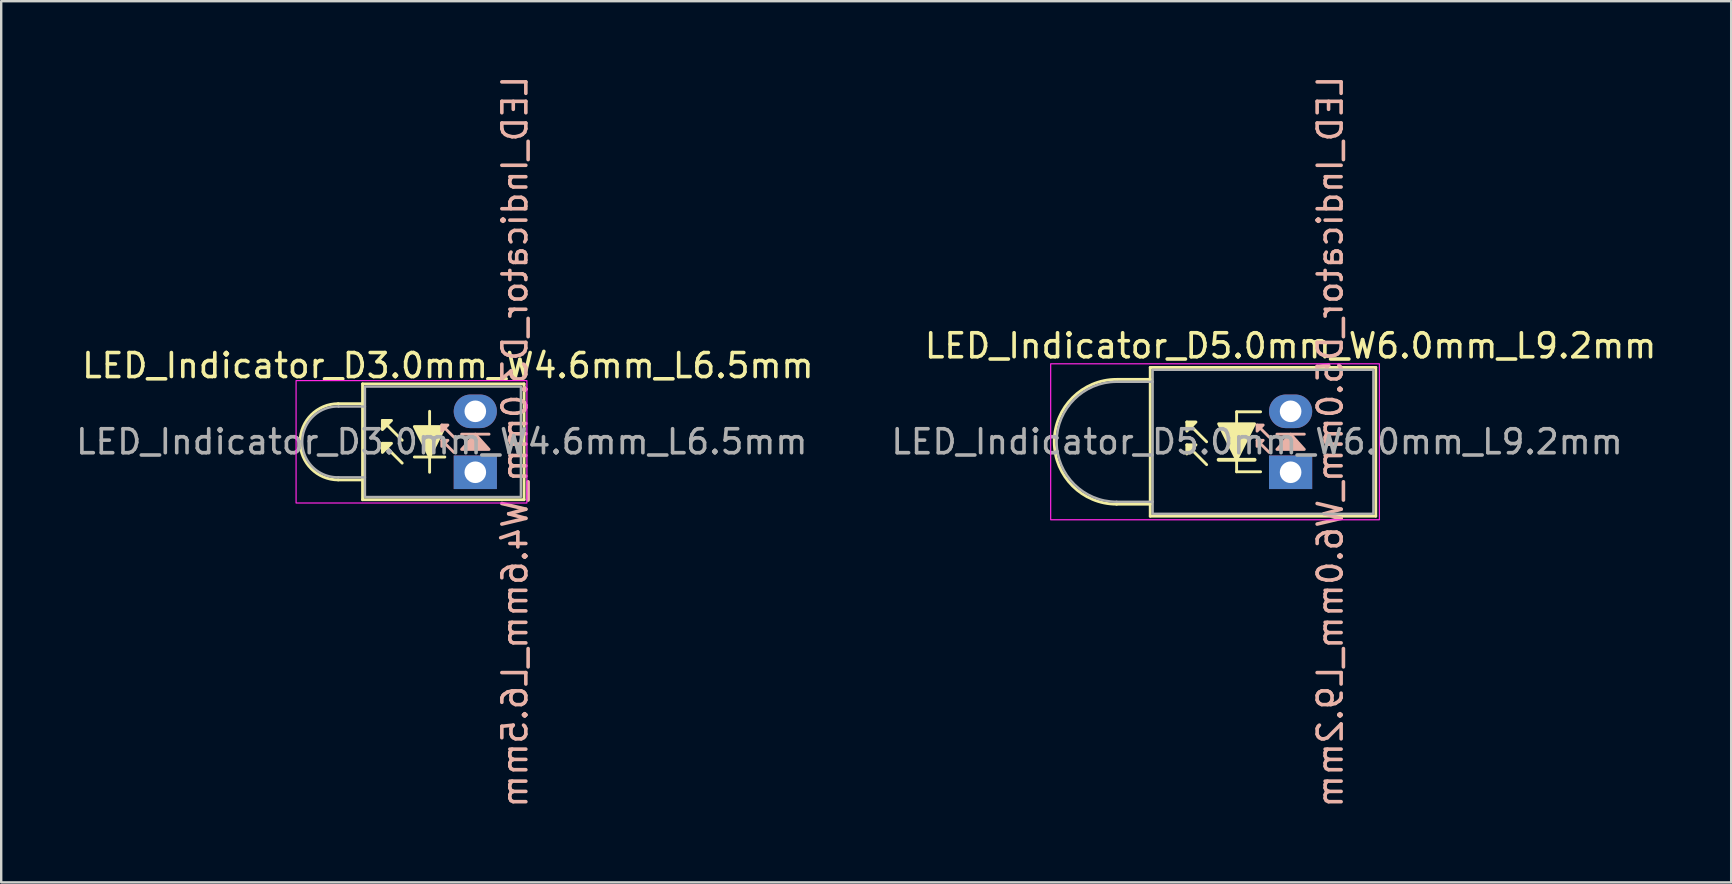
<source format=kicad_pcb>
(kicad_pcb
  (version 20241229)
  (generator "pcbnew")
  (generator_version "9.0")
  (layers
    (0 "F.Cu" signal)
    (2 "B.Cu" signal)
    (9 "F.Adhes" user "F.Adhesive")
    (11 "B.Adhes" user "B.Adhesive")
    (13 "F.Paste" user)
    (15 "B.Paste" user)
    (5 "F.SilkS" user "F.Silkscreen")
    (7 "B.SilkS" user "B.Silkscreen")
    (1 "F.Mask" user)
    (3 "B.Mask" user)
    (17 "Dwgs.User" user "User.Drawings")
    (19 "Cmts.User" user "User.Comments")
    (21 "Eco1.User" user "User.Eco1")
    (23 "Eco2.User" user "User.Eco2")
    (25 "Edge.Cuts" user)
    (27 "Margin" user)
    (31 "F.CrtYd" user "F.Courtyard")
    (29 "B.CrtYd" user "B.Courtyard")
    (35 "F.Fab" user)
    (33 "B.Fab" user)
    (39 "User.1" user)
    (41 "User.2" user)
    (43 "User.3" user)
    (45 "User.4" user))
  (footprint "LED_Indicator_D3.0mm_W4.6mm_L6.5mm"
    (layer "F.Cu")
    (at 16.76 16.633)
    (property "Reference" "LED_Indicator_D3.0mm_W4.6mm_L6.5mm" (at -1.143 -4.445 0) (layer "F.SilkS") (effects (font (size 1 1) (thickness 0.15))))
    (fp_line (start -4.699 -3.683) (end -4.699 1.143) (stroke (width 0.12) (type default)) (layer "F.SilkS"))
    (fp_line (start -4.699 -2.857) (end -5.715 -2.857) (stroke (width 0.12) (type default)) (layer "F.SilkS"))
    (fp_line (start -4.699 0.318) (end -5.715 0.318) (stroke (width 0.12) (type default)) (layer "F.SilkS"))
    (fp_line (start -4.699 1.143) (end 2.032 1.143) (stroke (width 0.12) (type default)) (layer "F.SilkS"))
    (fp_line (start -3.048 -1.333) (end -3.873 -2.159) (stroke (width 0.12) (type solid)) (layer "F.SilkS"))
    (fp_line (start -3.048 -0.381) (end -3.873 -1.206) (stroke (width 0.12) (type solid)) (layer "F.SilkS"))
    (fp_line (start -2.54 -0.635) (end -1.27 -0.635) (stroke (width 0.12) (type solid)) (layer "F.SilkS"))
    (fp_line (start -1.905 -2.54) (end -1.905 -1.905) (stroke (width 0.12) (type solid)) (layer "F.SilkS"))
    (fp_line (start -1.905 -0.635) (end -1.905 0) (stroke (width 0.12) (type solid)) (layer "F.SilkS"))
    (fp_line (start 2.032 -3.683) (end -4.699 -3.683) (stroke (width 0.12) (type default)) (layer "F.SilkS"))
    (fp_line (start 2.032 1.143) (end 2.032 -3.683) (stroke (width 0.12) (type default)) (layer "F.SilkS"))
    (fp_arc (start -5.715 0.3175) (mid -7.3025 -1.27) (end -5.715 -2.8575) (stroke (width 0.12) (type default)) (layer "F.SilkS"))
    (fp_poly (pts (xy -3.493 -2.159) (xy -3.873 -1.778) (xy -3.873 -2.159)) (stroke (width 0.12) (type solid)) (fill yes) (layer "F.SilkS"))
    (fp_poly (pts (xy -3.493 -1.206) (xy -3.873 -0.826) (xy -3.873 -1.206)) (stroke (width 0.12) (type solid)) (fill yes) (layer "F.SilkS"))
    (fp_poly (pts (xy -1.27 -1.905) (xy -1.905 -0.635) (xy -2.54 -1.905)) (stroke (width 0.12) (type solid)) (fill yes) (layer "F.SilkS"))
    (fp_line (start -0.889 -1.46) (end -1.397 -1.968) (stroke (width 0.12) (type solid)) (layer "B.SilkS"))
    (fp_line (start -0.889 -0.826) (end -1.397 -1.333) (stroke (width 0.12) (type solid)) (layer "B.SilkS"))
    (fp_line (start 0.572 -1.587) (end -0.572 -1.587) (stroke (width 0.12) (type solid)) (layer "B.SilkS"))
    (fp_poly (pts (xy -1.143 -1.968) (xy -1.397 -1.714) (xy -1.397 -1.968)) (stroke (width 0.12) (type solid)) (fill yes) (layer "B.SilkS"))
    (fp_poly (pts (xy -1.143 -1.333) (xy -1.397 -1.079) (xy -1.397 -1.333)) (stroke (width 0.12) (type solid)) (fill yes) (layer "B.SilkS"))
    (fp_poly (pts (xy -0.572 -0.953) (xy 0 -1.587) (xy 0.572 -0.953)) (stroke (width 0.12) (type solid)) (fill yes) (layer "B.SilkS"))
    (fp_rect (start -7.47 -3.82) (end 2.15 1.28) (stroke (width 0.05) (type default)) (fill no) (layer "F.CrtYd"))
    (fp_line (start -4.6 -2.74) (end -5.7 -2.74) (stroke (width 0.1) (type default)) (layer "F.Fab"))
    (fp_line (start -4.6 0.21) (end -5.7 0.21) (stroke (width 0.1) (type default)) (layer "F.Fab"))
    (fp_rect (start -4.6 -3.57) (end 1.9 1.03) (stroke (width 0.1) (type default)) (fill no) (layer "F.Fab"))
    (fp_arc (start -5.7 0.21) (mid -7.215305 -1.265) (end -5.7 -2.74) (stroke (width 0.1) (type default)) (layer "F.Fab"))
    (fp_text user "${REFERENCE}" (at 1.651 -1.27 270) (layer "B.SilkS") (effects (font (size 1 1) (thickness 0.15)) (justify mirror)))
    (fp_text user "${REFERENCE}" (at -1.397 -1.27 0) (layer "F.Fab") (effects (font (size 1 1) (thickness 0.15))))
    (pad "1" thru_hole rect (at 0 0) (size 1.8 1.4) (drill 0.9) (layers "*.Cu" "*.Mask"))
    (pad "2" thru_hole oval (at 0 -2.54) (size 1.8 1.4) (drill 0.9) (layers "*.Cu" "*.Mask")))
  (footprint "LED_Indicator_D5.0mm_W6.0mm_L9.2mm"
    (layer "F.Cu")
    (at 50.74 16.633)
    (property "Reference" "LED_Indicator_D5.0mm_W6.0mm_L9.2mm" (at 0 -5.27 0) (layer "F.SilkS") (effects (font (size 1 1) (thickness 0.15))))
    (fp_line (start -7.25 1.33) (end -5.85 1.33) (stroke (width 0.12) (type default)) (layer "F.SilkS"))
    (fp_line (start -5.85 -4.37) (end -5.85 -3.87) (stroke (width 0.12) (type default)) (layer "F.SilkS"))
    (fp_line (start -5.85 -3.87) (end -7.25 -3.87) (stroke (width 0.12) (type default)) (layer "F.SilkS"))
    (fp_line (start -5.85 -3.87) (end -5.85 1.33) (stroke (width 0.12) (type default)) (layer "F.SilkS"))
    (fp_line (start -5.85 1.33) (end -5.85 1.83) (stroke (width 0.12) (type default)) (layer "F.SilkS"))
    (fp_line (start -5.85 1.83) (end 3.55 1.83) (stroke (width 0.12) (type default)) (layer "F.SilkS"))
    (fp_line (start -3.5 -1.27) (end -4.325 -2.095) (stroke (width 0.12) (type solid)) (layer "F.SilkS"))
    (fp_line (start -3.5 -0.318) (end -4.325 -1.143) (stroke (width 0.12) (type solid)) (layer "F.SilkS"))
    (fp_line (start -2.25 -2.52) (end -2.25 -0.02) (stroke (width 0.12) (type default)) (layer "F.SilkS"))
    (fp_line (start -2.25 -0.02) (end -1.25 -0.02) (stroke (width 0.12) (type default)) (layer "F.SilkS"))
    (fp_line (start -1.5 -0.52) (end -3 -0.52) (stroke (width 0.16) (type default)) (layer "F.SilkS"))
    (fp_line (start -1.25 -2.52) (end -2.25 -2.52) (stroke (width 0.12) (type default)) (layer "F.SilkS"))
    (fp_line (start 3.55 -4.37) (end -5.85 -4.37) (stroke (width 0.12) (type default)) (layer "F.SilkS"))
    (fp_line (start 3.55 1.83) (end 3.55 -4.37) (stroke (width 0.12) (type default)) (layer "F.SilkS"))
    (fp_arc (start -7.25 1.33) (mid -9.85 -1.27) (end -7.25 -3.87) (stroke (width 0.12) (type default)) (layer "F.SilkS"))
    (fp_poly (pts (xy -3.945 -2.095) (xy -4.325 -1.714) (xy -4.325 -2.095)) (stroke (width 0.12) (type solid)) (fill yes) (layer "F.SilkS"))
    (fp_poly (pts (xy -3.945 -1.143) (xy -4.325 -0.762) (xy -4.325 -1.143)) (stroke (width 0.12) (type solid)) (fill yes) (layer "F.SilkS"))
    (fp_poly (pts (xy -2.25 -0.52) (xy -3 -2.02) (xy -1.5 -2.02)) (stroke (width 0.12) (type solid)) (fill yes) (layer "F.SilkS"))
    (fp_line (start -0.889 -1.46) (end -1.397 -1.968) (stroke (width 0.12) (type solid)) (layer "B.SilkS"))
    (fp_line (start -0.889 -0.826) (end -1.397 -1.333) (stroke (width 0.12) (type solid)) (layer "B.SilkS"))
    (fp_line (start 0.572 -1.587) (end -0.572 -1.587) (stroke (width 0.12) (type solid)) (layer "B.SilkS"))
    (fp_poly (pts (xy -1.143 -1.968) (xy -1.397 -1.714) (xy -1.397 -1.968)) (stroke (width 0.12) (type solid)) (fill yes) (layer "B.SilkS"))
    (fp_poly (pts (xy -1.143 -1.333) (xy -1.397 -1.079) (xy -1.397 -1.333)) (stroke (width 0.12) (type solid)) (fill yes) (layer "B.SilkS"))
    (fp_poly (pts (xy -0.572 -0.953) (xy 0 -1.587) (xy 0.572 -0.953)) (stroke (width 0.12) (type solid)) (fill yes) (layer "B.SilkS"))
    (fp_rect (start -10 -4.52) (end 3.7 1.98) (stroke (width 0.05) (type default)) (fill no) (layer "F.CrtYd"))
    (fp_line (start -7.25 -3.77) (end -5.75 -3.77) (stroke (width 0.1) (type default)) (layer "F.Fab"))
    (fp_line (start -7.25 1.23) (end -5.75 1.23) (stroke (width 0.1) (type default)) (layer "F.Fab"))
    (fp_rect (start -5.75 -4.27) (end 3.45 1.73) (stroke (width 0.1) (type default)) (fill no) (layer "F.Fab"))
    (fp_arc (start -7.25 1.23) (mid -9.75 -1.27) (end -7.25 -3.77) (stroke (width 0.1) (type default)) (layer "F.Fab"))
    (fp_text user "${REFERENCE}" (at 1.651 -1.27 270) (layer "B.SilkS") (effects (font (size 1 1) (thickness 0.15)) (justify mirror)))
    (fp_text user "${REFERENCE}" (at -1.397 -1.27 0) (layer "F.Fab") (effects (font (size 1 1) (thickness 0.15))))
    (pad "1" thru_hole rect (at 0 0) (size 1.8 1.4) (drill 0.9) (layers "*.Cu" "*.Mask"))
    (pad "2" thru_hole oval (at 0 -2.54) (size 1.8 1.4) (drill 0.9) (layers "*.Cu" "*.Mask")))
  (gr_rect
    (start -3 -3)
    (end 69.103 33.726)
    (stroke (width 0.1) (type default))
    (fill no)
    (layer "Edge.Cuts")))
</source>
